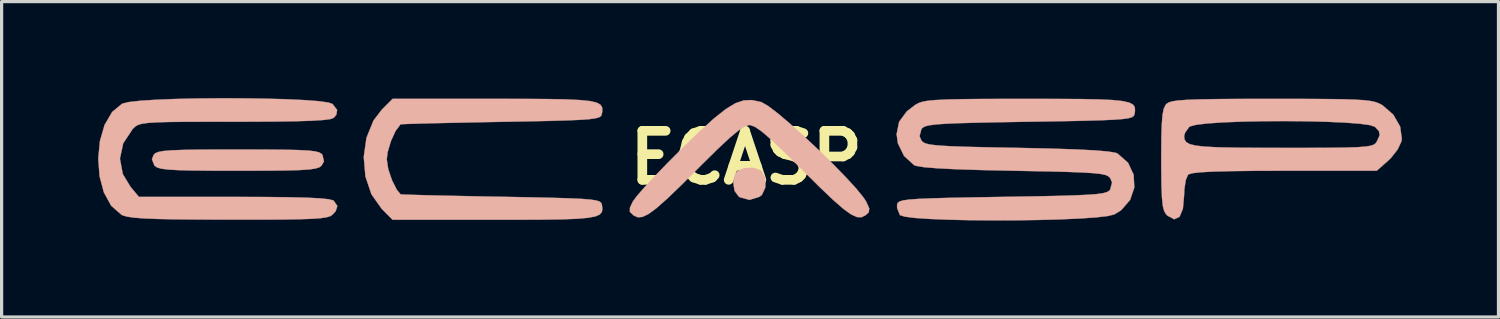
<source format=kicad_pcb>
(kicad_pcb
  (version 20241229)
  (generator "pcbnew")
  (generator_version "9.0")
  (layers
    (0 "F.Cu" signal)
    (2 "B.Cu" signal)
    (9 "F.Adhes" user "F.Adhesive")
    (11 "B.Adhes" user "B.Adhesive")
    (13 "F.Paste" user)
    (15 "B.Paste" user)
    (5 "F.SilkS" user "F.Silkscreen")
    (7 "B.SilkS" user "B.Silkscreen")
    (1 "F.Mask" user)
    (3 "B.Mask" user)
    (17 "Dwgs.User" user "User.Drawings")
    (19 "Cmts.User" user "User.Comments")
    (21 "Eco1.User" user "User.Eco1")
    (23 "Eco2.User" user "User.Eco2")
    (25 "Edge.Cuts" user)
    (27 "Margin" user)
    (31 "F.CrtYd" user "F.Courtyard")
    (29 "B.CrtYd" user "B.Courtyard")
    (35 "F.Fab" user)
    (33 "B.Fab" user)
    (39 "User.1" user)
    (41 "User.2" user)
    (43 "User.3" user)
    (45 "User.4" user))
  (footprint "ECASP"
    (layer "F.Cu")
    (at 20.149 1.852)
    (property "Reference" "ECASP" (at 0 0 0) (layer "F.SilkS") (effects (font (size 1.524 1.524) (thickness 0.3))))
    (attr through_hole)
    (fp_poly (pts (xy 0.461 0.403) (xy 0.488 0.427) (xy 0.597 0.652) (xy 0.595 0.926) (xy 0.489 1.155) (xy 0.413 1.216) (xy 0.103 1.312) (xy -0.192 1.231) (xy -0.229 1.211) (xy -0.362 1.032) (xy -0.403 0.766) (xy -0.344 0.511) (xy -0.284 0.427) (xy -0.064 0.325) (xy 0.222 0.317) (xy 0.461 0.403)) (stroke (width 0.01) (type solid)) (fill yes) (layer "B.SilkS"))
    (fp_poly (pts (xy -15.011 -0.253) (xy -14.402 -0.248) (xy -13.948 -0.238) (xy -13.625 -0.222) (xy -13.409 -0.197) (xy -13.275 -0.163) (xy -13.2 -0.117) (xy -13.174 -0.085) (xy -13.128 0.115) (xy -13.201 0.245) (xy -13.267 0.297) (xy -13.385 0.336) (xy -13.579 0.365) (xy -13.875 0.385) (xy -14.295 0.397) (xy -14.865 0.404) (xy -15.608 0.406) (xy -15.799 0.406) (xy -16.584 0.405) (xy -17.19 0.399) (xy -17.641 0.388) (xy -17.962 0.37) (xy -18.177 0.343) (xy -18.31 0.306) (xy -18.385 0.258) (xy -18.397 0.245) (xy -18.475 0.05) (xy -18.423 -0.085) (xy -18.372 -0.138) (xy -18.275 -0.178) (xy -18.111 -0.208) (xy -17.853 -0.229) (xy -17.479 -0.243) (xy -16.964 -0.251) (xy -16.284 -0.254) (xy -15.799 -0.254) (xy -15.011 -0.253)) (stroke (width 0.01) (type solid)) (fill yes) (layer "B.SilkS"))
    (fp_poly (pts (xy 0.43 -1.738) (xy 0.483 -1.722) (xy 0.679 -1.609) (xy 0.984 -1.377) (xy 1.367 -1.052) (xy 1.8 -0.663) (xy 2.251 -0.239) (xy 2.692 0.192) (xy 3.092 0.602) (xy 3.422 0.962) (xy 3.652 1.245) (xy 3.729 1.364) (xy 3.825 1.577) (xy 3.811 1.698) (xy 3.707 1.792) (xy 3.586 1.85) (xy 3.446 1.847) (xy 3.266 1.766) (xy 3.027 1.596) (xy 2.71 1.32) (xy 2.296 0.926) (xy 1.765 0.4) (xy 1.678 0.312) (xy 1.168 -0.194) (xy 0.775 -0.565) (xy 0.483 -0.815) (xy 0.273 -0.959) (xy 0.126 -1.014) (xy 0.102 -1.016) (xy -0.034 -0.978) (xy -0.23 -0.853) (xy -0.504 -0.626) (xy -0.874 -0.282) (xy -1.358 0.195) (xy -1.475 0.312) (xy -2.024 0.859) (xy -2.453 1.271) (xy -2.783 1.563) (xy -3.032 1.748) (xy -3.22 1.84) (xy -3.365 1.854) (xy -3.487 1.803) (xy -3.504 1.792) (xy -3.616 1.684) (xy -3.615 1.555) (xy -3.525 1.364) (xy -3.404 1.199) (xy -3.163 0.922) (xy -2.828 0.561) (xy -2.426 0.145) (xy -2.015 -0.266) (xy -1.451 -0.812) (xy -1 -1.221) (xy -0.636 -1.51) (xy -0.336 -1.692) (xy -0.075 -1.781) (xy 0.172 -1.791) (xy 0.43 -1.738)) (stroke (width 0.01) (type solid)) (fill yes) (layer "B.SilkS"))
    (fp_poly (pts (xy -6.919 -1.828) (xy -6.175 -1.823) (xy -5.596 -1.812) (xy -5.161 -1.791) (xy -4.852 -1.759) (xy -4.648 -1.711) (xy -4.53 -1.646) (xy -4.478 -1.561) (xy -4.473 -1.452) (xy -4.489 -1.351) (xy -4.511 -1.299) (xy -4.568 -1.257) (xy -4.684 -1.224) (xy -4.877 -1.197) (xy -5.171 -1.176) (xy -5.585 -1.159) (xy -6.143 -1.143) (xy -6.863 -1.128) (xy -7.621 -1.114) (xy -8.393 -1.1) (xy -9.096 -1.085) (xy -9.706 -1.072) (xy -10.197 -1.059) (xy -10.546 -1.048) (xy -10.726 -1.04) (xy -10.746 -1.038) (xy -10.901 -0.832) (xy -11.046 -0.514) (xy -11.148 -0.17) (xy -11.175 0.051) (xy -11.129 0.356) (xy -11.012 0.702) (xy -10.861 1) (xy -10.746 1.139) (xy -10.641 1.146) (xy -10.359 1.156) (xy -9.923 1.168) (xy -9.358 1.181) (xy -8.69 1.195) (xy -7.944 1.21) (xy -7.621 1.215) (xy -6.744 1.232) (xy -6.049 1.247) (xy -5.515 1.263) (xy -5.12 1.281) (xy -4.842 1.303) (xy -4.662 1.33) (xy -4.557 1.365) (xy -4.506 1.408) (xy -4.489 1.453) (xy -4.471 1.581) (xy -4.485 1.684) (xy -4.551 1.765) (xy -4.687 1.825) (xy -4.914 1.869) (xy -5.251 1.899) (xy -5.718 1.917) (xy -6.334 1.926) (xy -7.119 1.93) (xy -7.846 1.93) (xy -10.993 1.93) (xy -11.328 1.595) (xy -11.651 1.138) (xy -11.838 0.582) (xy -11.89 -0.021) (xy -11.806 -0.617) (xy -11.587 -1.155) (xy -11.328 -1.494) (xy -10.993 -1.829) (xy -7.846 -1.829) (xy -6.919 -1.828)) (stroke (width 0.01) (type solid)) (fill yes) (layer "B.SilkS"))
    (fp_poly (pts (xy -15.656 -1.845) (xy -14.957 -1.835) (xy -14.31 -1.817) (xy -13.745 -1.791) (xy -13.294 -1.757) (xy -12.987 -1.714) (xy -12.86 -1.669) (xy -12.718 -1.483) (xy -12.743 -1.332) (xy -12.822 -1.24) (xy -12.923 -1.201) (xy -13.15 -1.171) (xy -13.517 -1.148) (xy -14.04 -1.132) (xy -14.733 -1.122) (xy -15.61 -1.118) (xy -15.903 -1.118) (xy -16.755 -1.117) (xy -17.428 -1.115) (xy -17.944 -1.11) (xy -18.326 -1.099) (xy -18.599 -1.081) (xy -18.785 -1.055) (xy -18.908 -1.019) (xy -18.991 -0.97) (xy -19.058 -0.909) (xy -19.076 -0.889) (xy -19.369 -0.447) (xy -19.471 0.03) (xy -19.382 0.508) (xy -19.139 0.911) (xy -18.88 1.219) (xy -15.912 1.219) (xy -14.977 1.222) (xy -14.23 1.23) (xy -13.658 1.244) (xy -13.245 1.265) (xy -12.977 1.293) (xy -12.84 1.329) (xy -12.822 1.341) (xy -12.711 1.505) (xy -12.763 1.663) (xy -12.86 1.771) (xy -12.928 1.817) (xy -13.045 1.853) (xy -13.232 1.881) (xy -13.511 1.901) (xy -13.904 1.914) (xy -14.433 1.923) (xy -15.12 1.926) (xy -15.985 1.926) (xy -16.085 1.926) (xy -16.998 1.923) (xy -17.728 1.917) (xy -18.297 1.905) (xy -18.727 1.888) (xy -19.038 1.864) (xy -19.251 1.832) (xy -19.388 1.792) (xy -19.421 1.776) (xy -19.742 1.494) (xy -19.97 1.078) (xy -20.104 0.574) (xy -20.144 0.026) (xy -20.092 -0.519) (xy -19.948 -1.017) (xy -19.711 -1.422) (xy -19.4 -1.679) (xy -19.204 -1.728) (xy -18.844 -1.769) (xy -18.35 -1.801) (xy -17.753 -1.825) (xy -17.085 -1.84) (xy -16.375 -1.847) (xy -15.656 -1.845)) (stroke (width 0.01) (type solid)) (fill yes) (layer "B.SilkS"))
    (fp_poly (pts (xy 17.223 -1.828) (xy 17.926 -1.824) (xy 18.474 -1.818) (xy 18.888 -1.806) (xy 19.194 -1.788) (xy 19.413 -1.762) (xy 19.57 -1.727) (xy 19.688 -1.681) (xy 19.782 -1.63) (xy 20.119 -1.336) (xy 20.33 -0.968) (xy 20.383 -0.587) (xy 20.37 -0.505) (xy 20.254 -0.256) (xy 20.04 0.015) (xy 19.954 0.097) (xy 19.602 0.406) (xy 16.73 0.406) (xy 15.81 0.409) (xy 15.079 0.418) (xy 14.521 0.432) (xy 14.123 0.454) (xy 13.869 0.483) (xy 13.746 0.521) (xy 13.736 0.528) (xy 13.666 0.695) (xy 13.622 0.984) (xy 13.614 1.168) (xy 13.577 1.587) (xy 13.472 1.839) (xy 13.308 1.915) (xy 13.097 1.803) (xy 13.063 1.771) (xy 13 1.674) (xy 12.955 1.51) (xy 12.926 1.248) (xy 12.91 0.856) (xy 12.904 0.304) (xy 12.903 0.051) (xy 12.907 -0.569) (xy 12.909 -0.673) (xy 13.614 -0.673) (xy 13.626 -0.569) (xy 13.677 -0.486) (xy 13.787 -0.422) (xy 13.977 -0.375) (xy 14.269 -0.343) (xy 14.684 -0.322) (xy 15.243 -0.311) (xy 15.967 -0.306) (xy 16.679 -0.305) (xy 17.511 -0.305) (xy 18.162 -0.308) (xy 18.657 -0.315) (xy 19.017 -0.327) (xy 19.267 -0.347) (xy 19.428 -0.374) (xy 19.525 -0.412) (xy 19.58 -0.461) (xy 19.605 -0.501) (xy 19.695 -0.697) (xy 19.672 -0.824) (xy 19.551 -0.958) (xy 19.396 -1.012) (xy 19.071 -1.056) (xy 18.61 -1.091) (xy 18.046 -1.116) (xy 17.411 -1.132) (xy 16.739 -1.138) (xy 16.064 -1.134) (xy 15.418 -1.121) (xy 14.835 -1.098) (xy 14.347 -1.065) (xy 13.989 -1.023) (xy 13.793 -0.971) (xy 13.774 -0.958) (xy 13.645 -0.777) (xy 13.614 -0.673) (xy 12.909 -0.673) (xy 12.919 -1.017) (xy 12.943 -1.324) (xy 12.981 -1.521) (xy 13.037 -1.639) (xy 13.063 -1.669) (xy 13.131 -1.715) (xy 13.247 -1.751) (xy 13.434 -1.779) (xy 13.713 -1.799) (xy 14.105 -1.813) (xy 14.632 -1.822) (xy 15.316 -1.827) (xy 16.177 -1.828) (xy 16.339 -1.828) (xy 17.223 -1.828)) (stroke (width 0.01) (type solid)) (fill yes) (layer "B.SilkS"))
    (fp_poly (pts (xy 9.629 -1.827) (xy 10.375 -1.823) (xy 10.956 -1.812) (xy 11.393 -1.792) (xy 11.704 -1.759) (xy 11.91 -1.712) (xy 12.03 -1.648) (xy 12.083 -1.563) (xy 12.088 -1.455) (xy 12.072 -1.351) (xy 12.051 -1.3) (xy 11.994 -1.259) (xy 11.882 -1.226) (xy 11.693 -1.2) (xy 11.407 -1.179) (xy 11.002 -1.162) (xy 10.458 -1.147) (xy 9.754 -1.133) (xy 8.869 -1.119) (xy 8.798 -1.118) (xy 7.895 -1.103) (xy 7.175 -1.088) (xy 6.615 -1.073) (xy 6.194 -1.055) (xy 5.892 -1.033) (xy 5.687 -1.006) (xy 5.558 -0.972) (xy 5.483 -0.93) (xy 5.447 -0.889) (xy 5.389 -0.67) (xy 5.447 -0.533) (xy 5.496 -0.481) (xy 5.584 -0.439) (xy 5.734 -0.406) (xy 5.969 -0.379) (xy 6.31 -0.358) (xy 6.781 -0.34) (xy 7.405 -0.325) (xy 8.203 -0.309) (xy 8.444 -0.305) (xy 9.429 -0.284) (xy 10.219 -0.258) (xy 10.819 -0.228) (xy 11.239 -0.193) (xy 11.484 -0.153) (xy 11.543 -0.131) (xy 11.872 0.159) (xy 12.045 0.528) (xy 12.066 0.929) (xy 11.935 1.314) (xy 11.657 1.634) (xy 11.445 1.764) (xy 11.24 1.814) (xy 10.873 1.857) (xy 10.374 1.891) (xy 9.773 1.918) (xy 9.101 1.936) (xy 8.388 1.947) (xy 7.664 1.949) (xy 6.959 1.943) (xy 6.304 1.929) (xy 5.728 1.906) (xy 5.263 1.875) (xy 4.938 1.835) (xy 4.783 1.787) (xy 4.779 1.783) (xy 4.691 1.564) (xy 4.692 1.453) (xy 4.713 1.402) (xy 4.77 1.361) (xy 4.882 1.328) (xy 5.071 1.302) (xy 5.357 1.281) (xy 5.762 1.264) (xy 6.306 1.249) (xy 7.01 1.235) (xy 7.895 1.22) (xy 7.966 1.219) (xy 8.869 1.204) (xy 9.589 1.19) (xy 10.149 1.174) (xy 10.57 1.156) (xy 10.872 1.135) (xy 11.077 1.108) (xy 11.206 1.074) (xy 11.281 1.032) (xy 11.317 0.991) (xy 11.375 0.772) (xy 11.317 0.635) (xy 11.268 0.583) (xy 11.18 0.54) (xy 11.03 0.507) (xy 10.795 0.481) (xy 10.454 0.46) (xy 9.983 0.442) (xy 9.359 0.426) (xy 8.561 0.411) (xy 8.32 0.406) (xy 7.335 0.385) (xy 6.545 0.36) (xy 5.945 0.33) (xy 5.525 0.295) (xy 5.28 0.254) (xy 5.221 0.233) (xy 4.908 -0.054) (xy 4.715 -0.449) (xy 4.677 -0.733) (xy 4.754 -1.115) (xy 4.992 -1.438) (xy 5.256 -1.642) (xy 5.35 -1.694) (xy 5.469 -1.736) (xy 5.638 -1.768) (xy 5.878 -1.791) (xy 6.212 -1.808) (xy 6.665 -1.819) (xy 7.257 -1.825) (xy 8.013 -1.828) (xy 8.7 -1.828) (xy 9.629 -1.827)) (stroke (width 0.01) (type solid)) (fill yes) (layer "B.SilkS")))
  (gr_rect
    (start -3 -3)
    (end 43.537 6.806)
    (stroke (width 0.1) (type default))
    (fill no)
    (layer "Edge.Cuts")))
</source>
